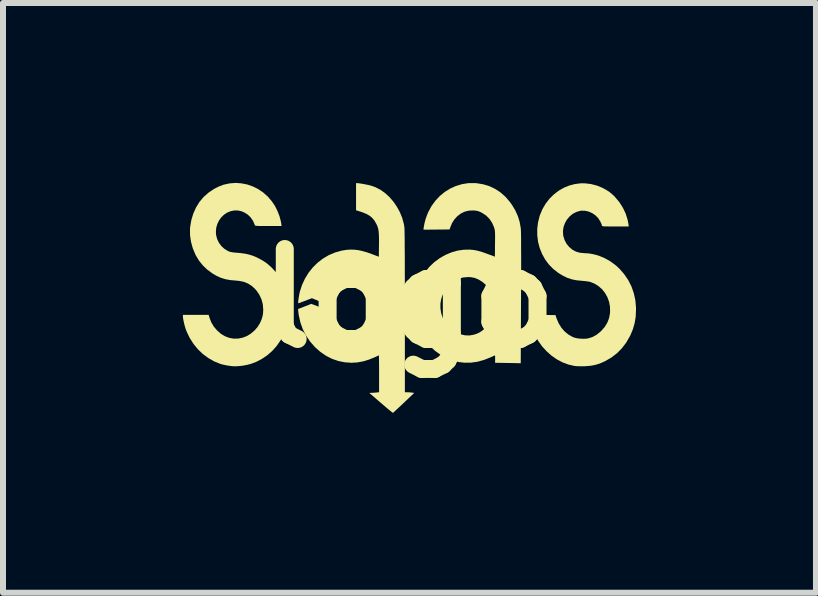
<source format=kicad_pcb>
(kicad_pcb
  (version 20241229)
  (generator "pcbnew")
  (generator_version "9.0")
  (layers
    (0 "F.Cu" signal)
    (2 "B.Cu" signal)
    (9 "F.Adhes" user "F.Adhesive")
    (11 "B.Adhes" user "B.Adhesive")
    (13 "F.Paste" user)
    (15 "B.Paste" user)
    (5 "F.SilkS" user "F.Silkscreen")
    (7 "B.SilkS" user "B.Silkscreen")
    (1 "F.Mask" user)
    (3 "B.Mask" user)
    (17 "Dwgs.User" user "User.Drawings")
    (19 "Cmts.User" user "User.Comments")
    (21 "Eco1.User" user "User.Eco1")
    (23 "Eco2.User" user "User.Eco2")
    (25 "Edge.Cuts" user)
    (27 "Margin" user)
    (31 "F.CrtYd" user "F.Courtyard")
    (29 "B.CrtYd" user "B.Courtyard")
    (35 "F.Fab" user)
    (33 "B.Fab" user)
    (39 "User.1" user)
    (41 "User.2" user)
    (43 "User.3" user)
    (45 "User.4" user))
  (footprint "logo"
    (layer "F.Cu")
    (at 3.77 1.924)
    (property "Reference" "logo" (at 0 0 0) (layer "F.SilkS") (effects (font (size 1.5 1.5) (thickness 0.3))))
    (attr board_only exclude_from_pos_files exclude_from_bom)
    (fp_poly (pts (xy -2.795 -1.917) (xy -2.698 -1.898) (xy -2.604 -1.865) (xy -2.514 -1.82) (xy -2.43 -1.763) (xy -2.353 -1.694) (xy -2.288 -1.618) (xy -2.236 -1.541) (xy -2.193 -1.455) (xy -2.159 -1.367) (xy -2.136 -1.279) (xy -2.13 -1.243) (xy -2.125 -1.206) (xy -2.345 -1.206) (xy -2.409 -1.206) (xy -2.46 -1.206) (xy -2.498 -1.206) (xy -2.526 -1.207) (xy -2.546 -1.209) (xy -2.558 -1.211) (xy -2.565 -1.213) (xy -2.569 -1.217) (xy -2.57 -1.219) (xy -2.6 -1.29) (xy -2.641 -1.349) (xy -2.69 -1.397) (xy -2.75 -1.433) (xy -2.793 -1.451) (xy -2.857 -1.465) (xy -2.919 -1.464) (xy -2.979 -1.451) (xy -3.036 -1.427) (xy -3.087 -1.392) (xy -3.132 -1.348) (xy -3.169 -1.296) (xy -3.197 -1.238) (xy -3.215 -1.174) (xy -3.22 -1.106) (xy -3.217 -1.057) (xy -3.2 -0.99) (xy -3.17 -0.927) (xy -3.129 -0.871) (xy -3.079 -0.825) (xy -3.022 -0.79) (xy -2.999 -0.78) (xy -2.977 -0.773) (xy -2.952 -0.768) (xy -2.921 -0.764) (xy -2.879 -0.76) (xy -2.872 -0.76) (xy -2.791 -0.752) (xy -2.722 -0.742) (xy -2.66 -0.727) (xy -2.6 -0.708) (xy -2.539 -0.682) (xy -2.503 -0.664) (xy -2.436 -0.627) (xy -2.375 -0.586) (xy -2.316 -0.536) (xy -2.293 -0.515) (xy -2.213 -0.429) (xy -2.145 -0.332) (xy -2.089 -0.228) (xy -2.045 -0.115) (xy -2.015 0.004) (xy -2.008 0.046) (xy -1.997 0.162) (xy -2.001 0.277) (xy -2.018 0.39) (xy -2.047 0.499) (xy -2.089 0.603) (xy -2.142 0.701) (xy -2.205 0.792) (xy -2.278 0.875) (xy -2.361 0.948) (xy -2.452 1.01) (xy -2.55 1.061) (xy -2.635 1.093) (xy -2.696 1.109) (xy -2.763 1.122) (xy -2.83 1.13) (xy -2.893 1.134) (xy -2.946 1.132) (xy -2.948 1.132) (xy -3.039 1.119) (xy -3.115 1.103) (xy -3.148 1.093) (xy -3.251 1.051) (xy -3.348 0.995) (xy -3.439 0.928) (xy -3.521 0.849) (xy -3.593 0.761) (xy -3.655 0.664) (xy -3.705 0.561) (xy -3.725 0.509) (xy -3.738 0.466) (xy -3.75 0.419) (xy -3.76 0.374) (xy -3.767 0.334) (xy -3.77 0.303) (xy -3.77 0.299) (xy -3.77 0.276) (xy -3.556 0.276) (xy -3.341 0.276) (xy -3.328 0.32) (xy -3.298 0.399) (xy -3.255 0.472) (xy -3.2 0.536) (xy -3.137 0.592) (xy -3.068 0.633) (xy -2.996 0.66) (xy -2.921 0.673) (xy -2.844 0.671) (xy -2.768 0.655) (xy -2.7 0.628) (xy -2.636 0.588) (xy -2.576 0.537) (xy -2.525 0.478) (xy -2.485 0.414) (xy -2.482 0.407) (xy -2.458 0.352) (xy -2.443 0.303) (xy -2.434 0.255) (xy -2.431 0.2) (xy -2.431 0.184) (xy -2.438 0.099) (xy -2.46 0.017) (xy -2.496 -0.06) (xy -2.543 -0.129) (xy -2.572 -0.161) (xy -2.627 -0.21) (xy -2.686 -0.247) (xy -2.75 -0.273) (xy -2.823 -0.289) (xy -2.891 -0.296) (xy -2.983 -0.304) (xy -3.063 -0.319) (xy -3.137 -0.342) (xy -3.207 -0.373) (xy -3.275 -0.413) (xy -3.363 -0.477) (xy -3.438 -0.549) (xy -3.502 -0.628) (xy -3.556 -0.718) (xy -3.563 -0.733) (xy -3.606 -0.836) (xy -3.635 -0.942) (xy -3.651 -1.049) (xy -3.652 -1.154) (xy -3.649 -1.191) (xy -3.629 -1.307) (xy -3.596 -1.415) (xy -3.551 -1.515) (xy -3.494 -1.607) (xy -3.425 -1.689) (xy -3.344 -1.761) (xy -3.253 -1.822) (xy -3.183 -1.859) (xy -3.089 -1.895) (xy -2.992 -1.916) (xy -2.893 -1.924)) (stroke (width 0) (type solid)) (fill yes) (layer "F.SilkS"))
    (fp_poly (pts (xy 2.933 -1.917) (xy 3.035 -1.905) (xy 3.132 -1.88) (xy 3.216 -1.846) (xy 3.288 -1.808) (xy 3.35 -1.767) (xy 3.408 -1.717) (xy 3.437 -1.687) (xy 3.508 -1.602) (xy 3.567 -1.509) (xy 3.613 -1.412) (xy 3.645 -1.31) (xy 3.659 -1.238) (xy 3.664 -1.198) (xy 3.441 -1.198) (xy 3.376 -1.198) (xy 3.326 -1.198) (xy 3.287 -1.199) (xy 3.259 -1.199) (xy 3.239 -1.201) (xy 3.227 -1.203) (xy 3.221 -1.205) (xy 3.218 -1.208) (xy 3.217 -1.212) (xy 3.214 -1.226) (xy 3.205 -1.248) (xy 3.193 -1.275) (xy 3.19 -1.28) (xy 3.155 -1.336) (xy 3.109 -1.383) (xy 3.055 -1.42) (xy 2.996 -1.446) (xy 2.934 -1.46) (xy 2.871 -1.461) (xy 2.853 -1.458) (xy 2.788 -1.439) (xy 2.728 -1.407) (xy 2.677 -1.364) (xy 2.633 -1.312) (xy 2.6 -1.253) (xy 2.577 -1.189) (xy 2.567 -1.122) (xy 2.571 -1.053) (xy 2.572 -1.044) (xy 2.593 -0.973) (xy 2.627 -0.909) (xy 2.671 -0.855) (xy 2.724 -0.811) (xy 2.782 -0.779) (xy 2.847 -0.76) (xy 2.921 -0.753) (xy 2.938 -0.752) (xy 2.989 -0.749) (xy 3.049 -0.74) (xy 3.11 -0.726) (xy 3.162 -0.711) (xy 3.266 -0.668) (xy 3.361 -0.614) (xy 3.45 -0.548) (xy 3.51 -0.492) (xy 3.589 -0.401) (xy 3.656 -0.303) (xy 3.709 -0.198) (xy 3.748 -0.086) (xy 3.774 0.032) (xy 3.785 0.155) (xy 3.785 0.192) (xy 3.78 0.308) (xy 3.762 0.416) (xy 3.732 0.519) (xy 3.689 0.621) (xy 3.681 0.636) (xy 3.621 0.74) (xy 3.55 0.833) (xy 3.47 0.914) (xy 3.38 0.984) (xy 3.278 1.044) (xy 3.251 1.057) (xy 3.177 1.089) (xy 3.104 1.111) (xy 3.029 1.125) (xy 2.946 1.132) (xy 2.918 1.133) (xy 2.873 1.133) (xy 2.83 1.133) (xy 2.792 1.131) (xy 2.765 1.129) (xy 2.76 1.128) (xy 2.659 1.105) (xy 2.56 1.068) (xy 2.465 1.018) (xy 2.376 0.956) (xy 2.294 0.883) (xy 2.219 0.801) (xy 2.155 0.711) (xy 2.101 0.614) (xy 2.059 0.51) (xy 2.057 0.505) (xy 2.047 0.471) (xy 2.037 0.431) (xy 2.028 0.389) (xy 2.02 0.348) (xy 2.014 0.313) (xy 2.012 0.288) (xy 2.012 0.286) (xy 2.015 0.283) (xy 2.025 0.281) (xy 2.043 0.279) (xy 2.072 0.278) (xy 2.111 0.278) (xy 2.164 0.278) (xy 2.227 0.278) (xy 2.442 0.28) (xy 2.463 0.342) (xy 2.497 0.42) (xy 2.541 0.491) (xy 2.595 0.553) (xy 2.657 0.604) (xy 2.726 0.643) (xy 2.753 0.654) (xy 2.794 0.665) (xy 2.843 0.672) (xy 2.897 0.675) (xy 2.948 0.674) (xy 2.989 0.668) (xy 3.059 0.646) (xy 3.125 0.61) (xy 3.19 0.558) (xy 3.207 0.542) (xy 3.264 0.477) (xy 3.306 0.408) (xy 3.335 0.334) (xy 3.351 0.253) (xy 3.353 0.222) (xy 3.351 0.139) (xy 3.336 0.058) (xy 3.308 -0.018) (xy 3.269 -0.088) (xy 3.22 -0.15) (xy 3.161 -0.202) (xy 3.095 -0.244) (xy 3.025 -0.272) (xy 3.001 -0.278) (xy 2.966 -0.283) (xy 2.925 -0.288) (xy 2.882 -0.292) (xy 2.879 -0.292) (xy 2.79 -0.301) (xy 2.712 -0.317) (xy 2.638 -0.342) (xy 2.566 -0.377) (xy 2.491 -0.422) (xy 2.488 -0.425) (xy 2.404 -0.49) (xy 2.331 -0.565) (xy 2.269 -0.649) (xy 2.218 -0.741) (xy 2.179 -0.839) (xy 2.152 -0.941) (xy 2.139 -1.047) (xy 2.138 -1.155) (xy 2.151 -1.263) (xy 2.178 -1.371) (xy 2.184 -1.389) (xy 2.225 -1.487) (xy 2.278 -1.577) (xy 2.341 -1.659) (xy 2.414 -1.731) (xy 2.494 -1.793) (xy 2.581 -1.843) (xy 2.674 -1.881) (xy 2.771 -1.906) (xy 2.871 -1.918)) (stroke (width 0) (type solid)) (fill yes) (layer "F.SilkS"))
    (fp_poly (pts (xy 1.128 -1.919) (xy 1.237 -1.901) (xy 1.34 -1.87) (xy 1.436 -1.824) (xy 1.525 -1.766) (xy 1.607 -1.694) (xy 1.68 -1.609) (xy 1.715 -1.561) (xy 1.772 -1.466) (xy 1.815 -1.371) (xy 1.845 -1.273) (xy 1.863 -1.171) (xy 1.865 -1.153) (xy 1.866 -1.135) (xy 1.867 -1.101) (xy 1.868 -1.054) (xy 1.869 -0.992) (xy 1.869 -0.917) (xy 1.869 -0.829) (xy 1.87 -0.729) (xy 1.87 -0.617) (xy 1.87 -0.493) (xy 1.869 -0.358) (xy 1.869 -0.213) (xy 1.868 -0.058) (xy 1.868 0.000497) (xy 1.863 1.083) (xy 1.771 1.081) (xy 1.727 1.08) (xy 1.675 1.079) (xy 1.619 1.078) (xy 1.566 1.077) (xy 1.557 1.077) (xy 1.436 1.075) (xy 1.436 1.013) (xy 1.436 0.985) (xy 1.435 0.963) (xy 1.433 0.953) (xy 1.433 0.952) (xy 1.425 0.955) (xy 1.407 0.963) (xy 1.381 0.975) (xy 1.366 0.982) (xy 1.252 1.027) (xy 1.142 1.058) (xy 1.033 1.073) (xy 0.926 1.074) (xy 0.836 1.064) (xy 0.731 1.038) (xy 0.628 0.997) (xy 0.53 0.944) (xy 0.438 0.879) (xy 0.355 0.803) (xy 0.281 0.718) (xy 0.267 0.698) (xy 0.204 0.598) (xy 0.155 0.491) (xy 0.12 0.379) (xy 0.097 0.264) (xy 0.09 0.166) (xy 0.524 0.166) (xy 0.536 0.246) (xy 0.561 0.323) (xy 0.597 0.394) (xy 0.601 0.4) (xy 0.642 0.454) (xy 0.694 0.505) (xy 0.75 0.548) (xy 0.785 0.569) (xy 0.859 0.6) (xy 0.932 0.617) (xy 1.004 0.62) (xy 1.067 0.61) (xy 1.123 0.594) (xy 1.172 0.572) (xy 1.218 0.542) (xy 1.265 0.502) (xy 1.286 0.481) (xy 1.341 0.42) (xy 1.381 0.358) (xy 1.409 0.293) (xy 1.426 0.222) (xy 1.433 0.157) (xy 1.433 0.085) (xy 1.421 0.015) (xy 1.398 -0.054) (xy 1.381 -0.091) (xy 1.363 -0.127) (xy 1.344 -0.156) (xy 1.32 -0.185) (xy 1.288 -0.218) (xy 1.287 -0.219) (xy 1.224 -0.273) (xy 1.161 -0.313) (xy 1.095 -0.34) (xy 1.025 -0.353) (xy 0.985 -0.354) (xy 0.907 -0.348) (xy 0.835 -0.329) (xy 0.768 -0.296) (xy 0.704 -0.249) (xy 0.671 -0.219) (xy 0.62 -0.161) (xy 0.581 -0.102) (xy 0.552 -0.035) (xy 0.537 0.012) (xy 0.524 0.087) (xy 0.524 0.166) (xy 0.09 0.166) (xy 0.088 0.148) (xy 0.093 0.03) (xy 0.111 -0.086) (xy 0.143 -0.199) (xy 0.189 -0.308) (xy 0.211 -0.35) (xy 0.272 -0.443) (xy 0.343 -0.528) (xy 0.423 -0.604) (xy 0.512 -0.669) (xy 0.606 -0.723) (xy 0.706 -0.765) (xy 0.809 -0.795) (xy 0.914 -0.81) (xy 1.019 -0.812) (xy 1.021 -0.811) (xy 1.068 -0.807) (xy 1.114 -0.8) (xy 1.162 -0.788) (xy 1.216 -0.773) (xy 1.279 -0.751) (xy 1.322 -0.735) (xy 1.432 -0.694) (xy 1.434 -0.911) (xy 1.435 -0.975) (xy 1.435 -1.025) (xy 1.435 -1.065) (xy 1.434 -1.095) (xy 1.433 -1.118) (xy 1.43 -1.137) (xy 1.427 -1.153) (xy 1.423 -1.168) (xy 1.417 -1.185) (xy 1.417 -1.187) (xy 1.384 -1.261) (xy 1.34 -1.326) (xy 1.285 -1.381) (xy 1.219 -1.424) (xy 1.202 -1.433) (xy 1.168 -1.448) (xy 1.139 -1.457) (xy 1.108 -1.462) (xy 1.076 -1.465) (xy 1.001 -1.462) (xy 0.932 -1.446) (xy 0.868 -1.416) (xy 0.808 -1.371) (xy 0.804 -1.367) (xy 0.755 -1.313) (xy 0.717 -1.253) (xy 0.695 -1.2) (xy 0.676 -1.148) (xy 0.459 -1.146) (xy 0.241 -1.144) (xy 0.247 -1.194) (xy 0.259 -1.255) (xy 0.277 -1.323) (xy 0.301 -1.39) (xy 0.322 -1.44) (xy 0.376 -1.539) (xy 0.441 -1.628) (xy 0.515 -1.707) (xy 0.597 -1.774) (xy 0.687 -1.83) (xy 0.782 -1.873) (xy 0.883 -1.903) (xy 0.987 -1.92) (xy 1.095 -1.921)) (stroke (width 0) (type solid)) (fill yes) (layer "F.SilkS"))
    (fp_poly (pts (xy -0.838 -1.918) (xy -0.804 -1.913) (xy -0.763 -1.906) (xy -0.719 -1.898) (xy -0.676 -1.889) (xy -0.642 -1.881) (xy -0.557 -1.851) (xy -0.474 -1.808) (xy -0.396 -1.752) (xy -0.324 -1.686) (xy -0.258 -1.609) (xy -0.201 -1.525) (xy -0.152 -1.435) (xy -0.113 -1.339) (xy -0.086 -1.24) (xy -0.077 -1.187) (xy -0.076 -1.171) (xy -0.075 -1.142) (xy -0.074 -1.099) (xy -0.073 -1.042) (xy -0.072 -0.971) (xy -0.072 -0.886) (xy -0.071 -0.787) (xy -0.07 -0.673) (xy -0.07 -0.545) (xy -0.07 -0.402) (xy -0.069 -0.244) (xy -0.069 -0.071) (xy -0.069 0.117) (xy -0.069 0.219) (xy -0.069 1.566) (xy -0.025 1.567) (xy 0.007 1.568) (xy 0.039 1.571) (xy 0.053 1.573) (xy 0.087 1.578) (xy -0.087 1.743) (xy -0.13 1.784) (xy -0.17 1.821) (xy -0.205 1.853) (xy -0.233 1.88) (xy -0.254 1.899) (xy -0.266 1.909) (xy -0.268 1.91) (xy -0.275 1.906) (xy -0.292 1.893) (xy -0.318 1.872) (xy -0.352 1.844) (xy -0.391 1.811) (xy -0.435 1.773) (xy -0.468 1.745) (xy -0.662 1.578) (xy -0.613 1.576) (xy -0.581 1.574) (xy -0.549 1.572) (xy -0.532 1.57) (xy -0.499 1.565) (xy -0.499 1.259) (xy -0.499 1.192) (xy -0.499 1.13) (xy -0.5 1.075) (xy -0.5 1.028) (xy -0.501 0.991) (xy -0.501 0.965) (xy -0.502 0.953) (xy -0.502 0.952) (xy -0.51 0.955) (xy -0.528 0.963) (xy -0.554 0.975) (xy -0.569 0.982) (xy -0.67 1.023) (xy -0.766 1.052) (xy -0.86 1.069) (xy -0.955 1.075) (xy -0.96 1.075) (xy -1.072 1.067) (xy -1.181 1.045) (xy -1.286 1.008) (xy -1.386 0.957) (xy -1.48 0.892) (xy -1.567 0.815) (xy -1.648 0.723) (xy -1.716 0.623) (xy -1.771 0.516) (xy -1.811 0.403) (xy -1.838 0.284) (xy -1.846 0.222) (xy -1.85 0.179) (xy -1.74 0.136) (xy -1.629 0.093) (xy -1.523 0.133) (xy -1.417 0.174) (xy -1.411 0.212) (xy -1.397 0.269) (xy -1.372 0.33) (xy -1.339 0.39) (xy -1.299 0.447) (xy -1.256 0.495) (xy -1.23 0.518) (xy -1.16 0.565) (xy -1.087 0.598) (xy -1.013 0.616) (xy -0.937 0.62) (xy -0.868 0.61) (xy -0.81 0.593) (xy -0.758 0.569) (xy -0.71 0.536) (xy -0.66 0.493) (xy -0.651 0.484) (xy -0.618 0.45) (xy -0.594 0.422) (xy -0.575 0.394) (xy -0.558 0.363) (xy -0.553 0.353) (xy -0.521 0.269) (xy -0.504 0.184) (xy -0.502 0.098) (xy -0.515 0.013) (xy -0.544 -0.071) (xy -0.563 -0.111) (xy -0.591 -0.155) (xy -0.63 -0.2) (xy -0.674 -0.244) (xy -0.721 -0.281) (xy -0.766 -0.308) (xy -0.768 -0.309) (xy -0.816 -0.331) (xy -0.859 -0.344) (xy -0.902 -0.351) (xy -0.953 -0.353) (xy -0.956 -0.353) (xy -1.031 -0.347) (xy -1.1 -0.329) (xy -1.164 -0.298) (xy -1.227 -0.253) (xy -1.264 -0.219) (xy -1.307 -0.173) (xy -1.338 -0.131) (xy -1.351 -0.108) (xy -1.371 -0.066) (xy -1.389 -0.024) (xy -1.402 0.012) (xy -1.411 0.042) (xy -1.413 0.058) (xy -1.416 0.072) (xy -1.421 0.077) (xy -1.431 0.074) (xy -1.452 0.066) (xy -1.481 0.055) (xy -1.516 0.041) (xy -1.524 0.037) (xy -1.619 -0.002) (xy -1.732 0.042) (xy -1.771 0.056) (xy -1.804 0.069) (xy -1.829 0.078) (xy -1.844 0.082) (xy -1.847 0.083) (xy -1.848 0.073) (xy -1.847 0.052) (xy -1.844 0.023) (xy -1.839 -0.011) (xy -1.833 -0.047) (xy -1.827 -0.08) (xy -1.821 -0.108) (xy -1.821 -0.108) (xy -1.784 -0.222) (xy -1.735 -0.328) (xy -1.675 -0.426) (xy -1.604 -0.515) (xy -1.524 -0.594) (xy -1.435 -0.662) (xy -1.339 -0.719) (xy -1.235 -0.763) (xy -1.126 -0.794) (xy -1.049 -0.807) (xy -0.983 -0.812) (xy -0.918 -0.811) (xy -0.852 -0.804) (xy -0.781 -0.789) (xy -0.704 -0.767) (xy -0.616 -0.736) (xy -0.603 -0.731) (xy -0.503 -0.693) (xy -0.501 -0.886) (xy -0.5 -0.96) (xy -0.501 -1.021) (xy -0.503 -1.071) (xy -0.506 -1.112) (xy -0.511 -1.146) (xy -0.518 -1.176) (xy -0.528 -1.204) (xy -0.54 -1.232) (xy -0.546 -1.243) (xy -0.576 -1.295) (xy -0.612 -1.339) (xy -0.655 -1.375) (xy -0.709 -1.406) (xy -0.774 -1.433) (xy -0.816 -1.447) (xy -0.883 -1.468) (xy -0.883 -1.694) (xy -0.883 -1.92) (xy -0.861 -1.92)) (stroke (width 0) (type solid)) (fill yes) (layer "F.SilkS")))
  (gr_rect
    (start -3 -3)
    (end 10.556 6.834)
    (stroke (width 0.1) (type default))
    (fill no)
    (layer "Edge.Cuts")))
</source>
